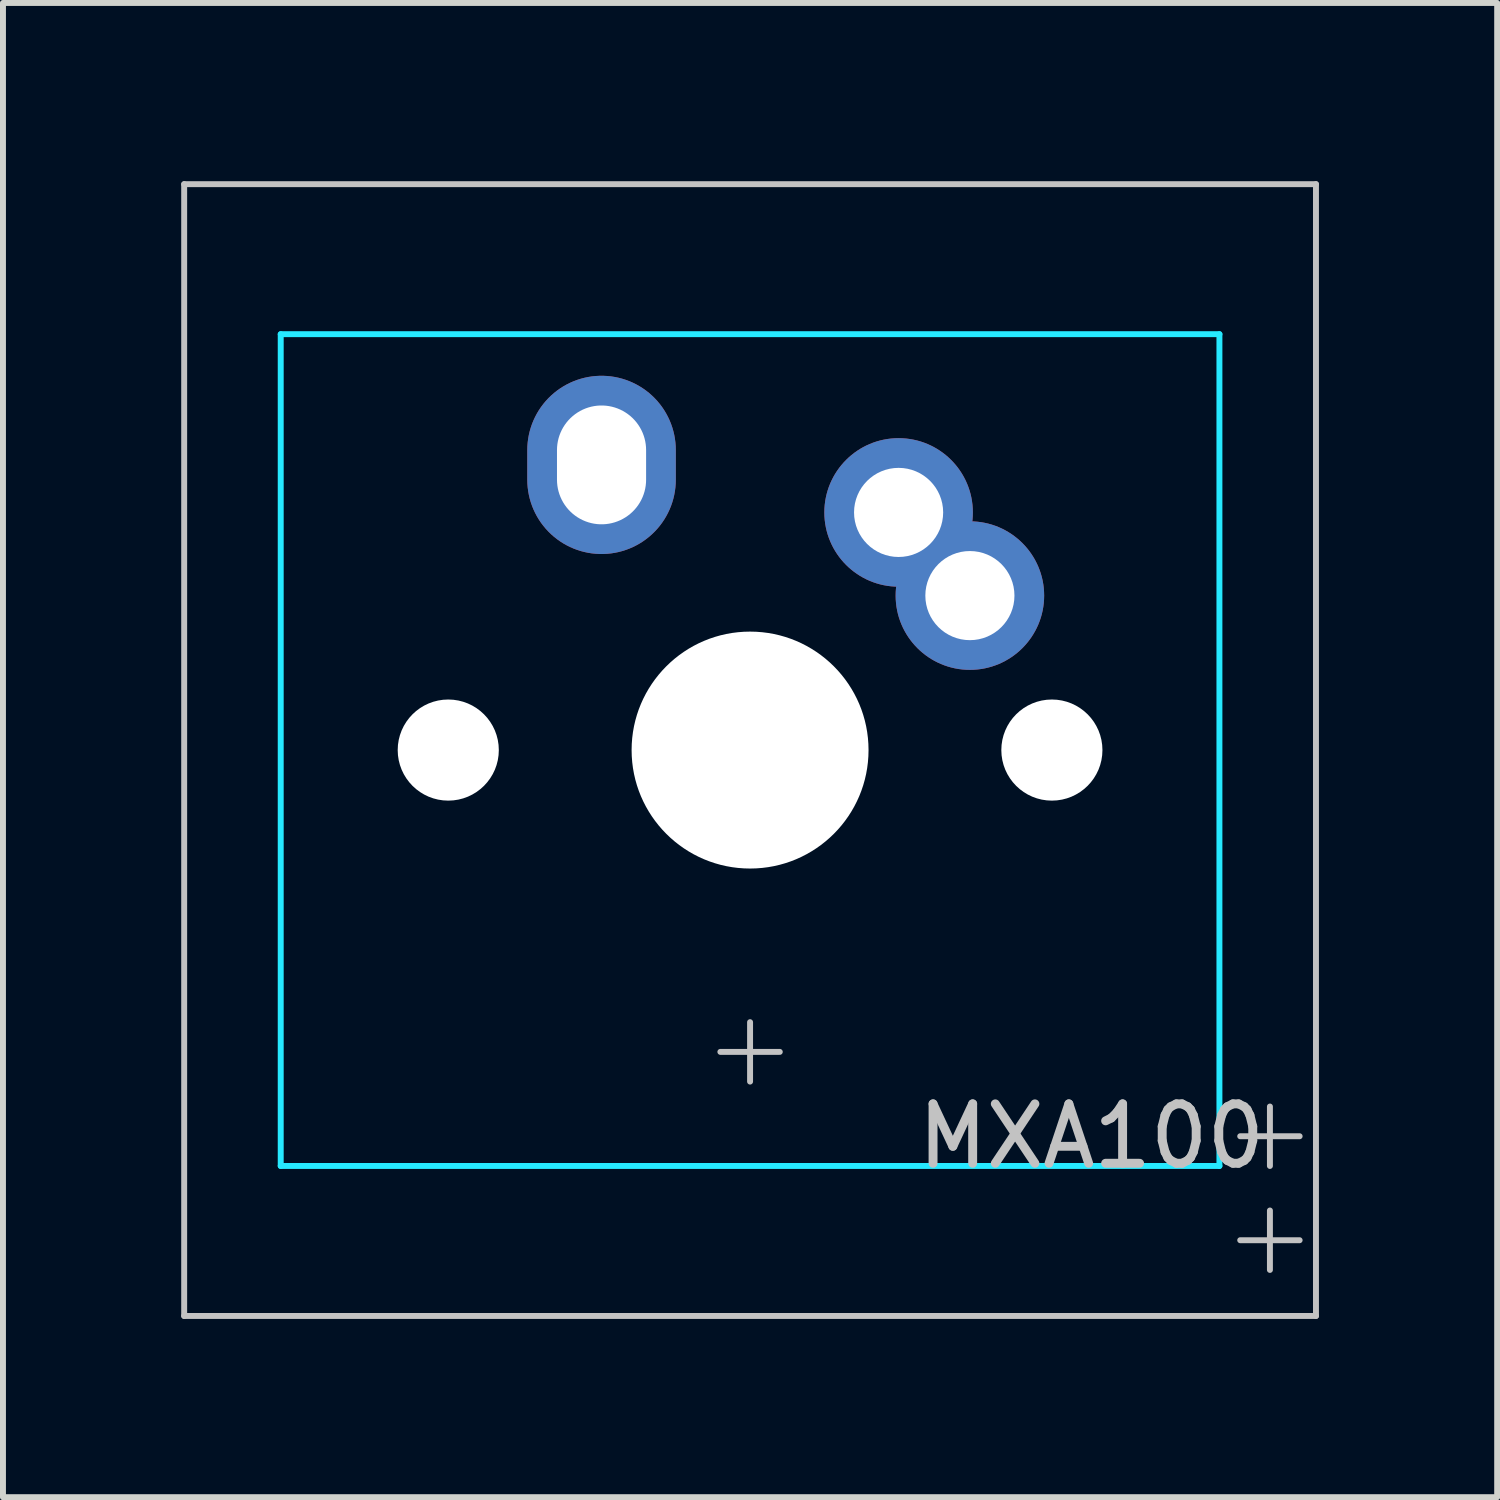
<source format=kicad_pcb>
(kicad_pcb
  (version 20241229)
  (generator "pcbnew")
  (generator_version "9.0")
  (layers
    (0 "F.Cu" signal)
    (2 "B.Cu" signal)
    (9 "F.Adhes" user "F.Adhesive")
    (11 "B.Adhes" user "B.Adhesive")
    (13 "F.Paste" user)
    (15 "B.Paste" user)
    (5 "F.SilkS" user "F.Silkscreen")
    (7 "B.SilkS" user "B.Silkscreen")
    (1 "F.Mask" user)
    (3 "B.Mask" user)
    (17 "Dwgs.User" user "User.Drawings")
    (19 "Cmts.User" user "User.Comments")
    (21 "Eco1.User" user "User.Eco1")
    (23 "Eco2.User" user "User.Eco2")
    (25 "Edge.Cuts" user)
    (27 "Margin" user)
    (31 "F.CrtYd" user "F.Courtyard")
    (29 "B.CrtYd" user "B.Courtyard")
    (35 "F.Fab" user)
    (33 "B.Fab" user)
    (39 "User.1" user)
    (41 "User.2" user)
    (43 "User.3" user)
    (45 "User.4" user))
  (footprint "MXA100"
    (layer "F.Cu")
    (at 9.575 9.575)
    (property "Reference" "MXA100" (at 8.75 6.5 0) (layer "Dwgs.User") (effects (font (size 1 1) (thickness 0.15)) (justify right)))
    (attr through_hole)
    (fp_line (start -9.525 -9.525) (end 9.525 -9.525) (stroke (width 0.1) (type solid)) (layer "Dwgs.User"))
    (fp_line (start -9.525 9.525) (end -9.525 -9.525) (stroke (width 0.1) (type solid)) (layer "Dwgs.User"))
    (fp_line (start -0.5 5.08) (end 0.5 5.08) (stroke (width 0.1) (type solid)) (layer "Dwgs.User"))
    (fp_line (start 0 4.58) (end 0 5.58) (stroke (width 0.1) (type solid)) (layer "Dwgs.User"))
    (fp_line (start 8.25 6.5) (end 9.25 6.5) (stroke (width 0.1) (type solid)) (layer "Dwgs.User"))
    (fp_line (start 8.25 8.25) (end 9.25 8.25) (stroke (width 0.1) (type solid)) (layer "Dwgs.User"))
    (fp_line (start 8.75 6) (end 8.75 7) (stroke (width 0.1) (type solid)) (layer "Dwgs.User"))
    (fp_line (start 8.75 7.75) (end 8.75 8.75) (stroke (width 0.1) (type solid)) (layer "Dwgs.User"))
    (fp_line (start 9.525 -9.525) (end 9.525 9.525) (stroke (width 0.1) (type solid)) (layer "Dwgs.User"))
    (fp_line (start 9.525 9.525) (end -9.525 9.525) (stroke (width 0.1) (type solid)) (layer "Dwgs.User"))
    (fp_line (start -7.9 -7) (end 7.9 -7) (stroke (width 0.1) (type solid)) (layer "B.CrtYd"))
    (fp_line (start -7.9 7) (end -7.9 -7) (stroke (width 0.1) (type solid)) (layer "B.CrtYd"))
    (fp_line (start -7.9 7) (end 7.9 7) (stroke (width 0.1) (type solid)) (layer "B.CrtYd"))
    (fp_line (start 7.9 7) (end 7.9 -7) (stroke (width 0.1) (type solid)) (layer "B.CrtYd"))
    (pad "" np_thru_hole circle (at -5.08 0) (size 1.702 1.702) (drill 1.702) (layers "*.Cu" "*.Mask"))
    (pad "" smd oval (at -2.5 -4.8) (size 1.4 1.9) (layers "B.Mask"))
    (pad "" np_thru_hole circle (at 0 0) (size 3.988 3.988) (drill 3.988) (layers "*.Cu" "*.Mask"))
    (pad "" smd circle (at 2.5 -4 45) (size 1.4 1.4) (layers "B.Mask"))
    (pad "" smd circle (at 3.7 -2.6 45) (size 1.4 1.4) (layers "B.Mask"))
    (pad "" np_thru_hole circle (at 5.08 0) (size 1.702 1.702) (drill 1.702) (layers "*.Cu" "*.Mask"))
    (pad "1" thru_hole oval (at -2.5 -4.8) (size 2.5 3) (drill oval 1.5 2) (layers "*.Cu" "F.Mask"))
    (pad "2" thru_hole circle (at 2.5 -4 45) (size 2.5 2.5) (drill 1.5) (layers "*.Cu" "F.Mask"))
    (pad "2" thru_hole circle (at 3.7 -2.6 45) (size 2.5 2.5) (drill 1.5) (layers "*.Cu" "F.Mask")))
  (gr_rect
    (start -3 -3)
    (end 22.15 22.15)
    (stroke (width 0.1) (type default))
    (fill no)
    (layer "Edge.Cuts")))
</source>
